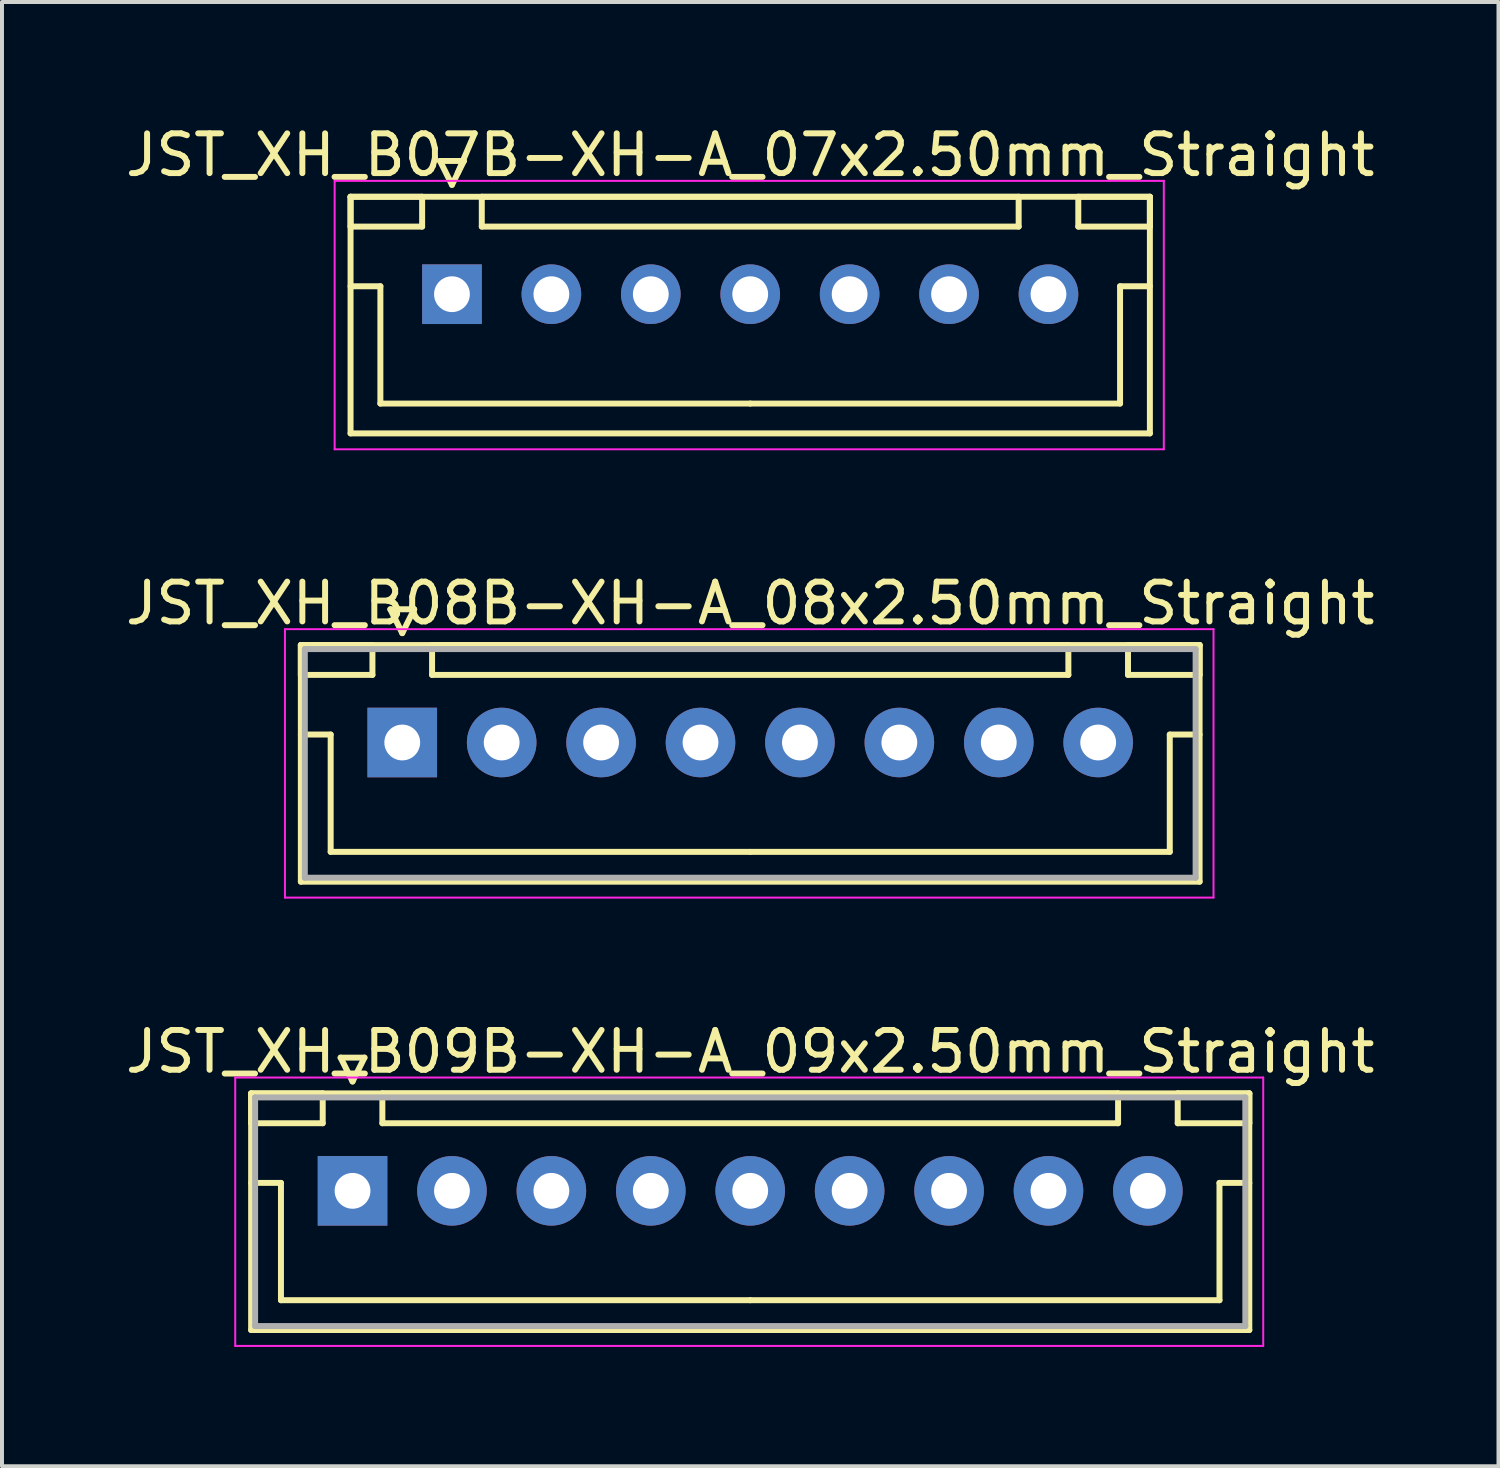
<source format=kicad_pcb>
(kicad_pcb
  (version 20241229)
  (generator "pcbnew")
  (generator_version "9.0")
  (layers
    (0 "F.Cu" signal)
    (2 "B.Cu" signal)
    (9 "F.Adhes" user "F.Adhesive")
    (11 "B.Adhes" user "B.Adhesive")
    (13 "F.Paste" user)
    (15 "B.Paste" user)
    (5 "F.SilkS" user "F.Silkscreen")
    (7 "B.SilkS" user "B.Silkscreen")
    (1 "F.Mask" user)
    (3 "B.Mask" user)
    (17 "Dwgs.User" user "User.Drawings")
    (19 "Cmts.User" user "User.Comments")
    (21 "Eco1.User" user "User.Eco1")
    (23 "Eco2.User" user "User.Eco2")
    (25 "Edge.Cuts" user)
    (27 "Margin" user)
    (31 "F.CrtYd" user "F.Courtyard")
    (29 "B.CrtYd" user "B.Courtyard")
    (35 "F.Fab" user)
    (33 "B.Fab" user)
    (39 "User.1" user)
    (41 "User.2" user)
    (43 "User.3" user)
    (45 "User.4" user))
  (footprint "JST_XH_B08B-XH-A_08x2.50mm_Straight"
    (layer "F.Cu")
    (at 7.065 15.621)
    (property "Reference" "JST_XH_B08B-XH-A_08x2.50mm_Straight" (at 8.75 -3.5 0) (layer "F.SilkS") (effects (font (size 1 1) (thickness 0.15))))
    (attr through_hole)
    (fp_line (start -2.55 -2.45) (end -2.55 -1.7) (stroke (width 0.15) (type solid)) (layer "F.SilkS"))
    (fp_line (start -2.55 -2.45) (end -2.55 3.5) (stroke (width 0.15) (type solid)) (layer "F.SilkS"))
    (fp_line (start -2.55 -1.7) (end -0.75 -1.7) (stroke (width 0.15) (type solid)) (layer "F.SilkS"))
    (fp_line (start -2.55 -0.2) (end -1.8 -0.2) (stroke (width 0.15) (type solid)) (layer "F.SilkS"))
    (fp_line (start -2.55 3.5) (end 20.05 3.5) (stroke (width 0.15) (type solid)) (layer "F.SilkS"))
    (fp_line (start -1.8 -0.2) (end -1.8 2.75) (stroke (width 0.15) (type solid)) (layer "F.SilkS"))
    (fp_line (start -1.8 2.75) (end 8.75 2.75) (stroke (width 0.15) (type solid)) (layer "F.SilkS"))
    (fp_line (start -0.75 -2.45) (end -2.55 -2.45) (stroke (width 0.15) (type solid)) (layer "F.SilkS"))
    (fp_line (start -0.75 -1.7) (end -0.75 -2.45) (stroke (width 0.15) (type solid)) (layer "F.SilkS"))
    (fp_line (start -0.3 -3.35) (end 0.3 -3.35) (stroke (width 0.15) (type solid)) (layer "F.SilkS"))
    (fp_line (start 0 -2.75) (end -0.3 -3.35) (stroke (width 0.15) (type solid)) (layer "F.SilkS"))
    (fp_line (start 0.3 -3.35) (end 0 -2.75) (stroke (width 0.15) (type solid)) (layer "F.SilkS"))
    (fp_line (start 0.75 -2.45) (end 0.75 -1.7) (stroke (width 0.15) (type solid)) (layer "F.SilkS"))
    (fp_line (start 0.75 -1.7) (end 16.75 -1.7) (stroke (width 0.15) (type solid)) (layer "F.SilkS"))
    (fp_line (start 16.75 -2.45) (end 0.75 -2.45) (stroke (width 0.15) (type solid)) (layer "F.SilkS"))
    (fp_line (start 16.75 -1.7) (end 16.75 -2.45) (stroke (width 0.15) (type solid)) (layer "F.SilkS"))
    (fp_line (start 18.25 -2.45) (end 18.25 -1.7) (stroke (width 0.15) (type solid)) (layer "F.SilkS"))
    (fp_line (start 18.25 -1.7) (end 20.05 -1.7) (stroke (width 0.15) (type solid)) (layer "F.SilkS"))
    (fp_line (start 19.3 -0.2) (end 19.3 2.75) (stroke (width 0.15) (type solid)) (layer "F.SilkS"))
    (fp_line (start 19.3 2.75) (end 8.75 2.75) (stroke (width 0.15) (type solid)) (layer "F.SilkS"))
    (fp_line (start 20.05 -2.45) (end -2.55 -2.45) (stroke (width 0.15) (type solid)) (layer "F.SilkS"))
    (fp_line (start 20.05 -2.45) (end 18.25 -2.45) (stroke (width 0.15) (type solid)) (layer "F.SilkS"))
    (fp_line (start 20.05 -1.7) (end 20.05 -2.45) (stroke (width 0.15) (type solid)) (layer "F.SilkS"))
    (fp_line (start 20.05 -0.2) (end 19.3 -0.2) (stroke (width 0.15) (type solid)) (layer "F.SilkS"))
    (fp_line (start 20.05 3.5) (end 20.05 -2.45) (stroke (width 0.15) (type solid)) (layer "F.SilkS"))
    (fp_line (start -2.95 -2.85) (end -2.95 3.9) (stroke (width 0.05) (type solid)) (layer "F.CrtYd"))
    (fp_line (start -2.95 3.9) (end 20.4 3.9) (stroke (width 0.05) (type solid)) (layer "F.CrtYd"))
    (fp_line (start 20.4 -2.85) (end -2.95 -2.85) (stroke (width 0.05) (type solid)) (layer "F.CrtYd"))
    (fp_line (start 20.4 3.9) (end 20.4 -2.85) (stroke (width 0.05) (type solid)) (layer "F.CrtYd"))
    (fp_line (start -2.45 -2.35) (end -2.45 3.4) (stroke (width 0.15) (type solid)) (layer "F.Fab"))
    (fp_line (start -2.45 3.4) (end 19.95 3.4) (stroke (width 0.15) (type solid)) (layer "F.Fab"))
    (fp_line (start 19.95 -2.35) (end -2.45 -2.35) (stroke (width 0.15) (type solid)) (layer "F.Fab"))
    (fp_line (start 19.95 3.4) (end 19.95 -2.35) (stroke (width 0.15) (type solid)) (layer "F.Fab"))
    (pad "1" thru_hole rect (at 0 0) (size 1.75 1.75) (drill 0.9) (layers "*.Cu" "*.Mask"))
    (pad "2" thru_hole circle (at 2.5 0) (size 1.75 1.75) (drill 0.9) (layers "*.Cu" "*.Mask"))
    (pad "3" thru_hole circle (at 5 0) (size 1.75 1.75) (drill 0.9) (layers "*.Cu" "*.Mask"))
    (pad "4" thru_hole circle (at 7.5 0) (size 1.75 1.75) (drill 0.9) (layers "*.Cu" "*.Mask"))
    (pad "5" thru_hole circle (at 10 0) (size 1.75 1.75) (drill 0.9) (layers "*.Cu" "*.Mask"))
    (pad "6" thru_hole circle (at 12.5 0) (size 1.75 1.75) (drill 0.9) (layers "*.Cu" "*.Mask"))
    (pad "7" thru_hole circle (at 15 0) (size 1.75 1.75) (drill 0.9) (layers "*.Cu" "*.Mask"))
    (pad "8" thru_hole circle (at 17.5 0) (size 1.75 1.75) (drill 0.9) (layers "*.Cu" "*.Mask")))
  (footprint "JST_XH_B07B-XH-A_07x2.50mm_Straight"
    (layer "F.Cu")
    (at 8.315 4.348)
    (property "Reference" "JST_XH_B07B-XH-A_07x2.50mm_Straight" (at 7.5 -3.5 0) (layer "F.SilkS") (effects (font (size 1 1) (thickness 0.15))))
    (attr through_hole)
    (fp_line (start -2.55 -2.45) (end -2.55 -1.7) (stroke (width 0.15) (type solid)) (layer "F.SilkS"))
    (fp_line (start -2.55 -2.45) (end -2.55 3.5) (stroke (width 0.15) (type solid)) (layer "F.SilkS"))
    (fp_line (start -2.55 -1.7) (end -0.75 -1.7) (stroke (width 0.15) (type solid)) (layer "F.SilkS"))
    (fp_line (start -2.55 -0.2) (end -1.8 -0.2) (stroke (width 0.15) (type solid)) (layer "F.SilkS"))
    (fp_line (start -2.55 3.5) (end 17.55 3.5) (stroke (width 0.15) (type solid)) (layer "F.SilkS"))
    (fp_line (start -1.8 -0.2) (end -1.8 2.75) (stroke (width 0.15) (type solid)) (layer "F.SilkS"))
    (fp_line (start -1.8 2.75) (end 7.5 2.75) (stroke (width 0.15) (type solid)) (layer "F.SilkS"))
    (fp_line (start -0.75 -2.45) (end -2.55 -2.45) (stroke (width 0.15) (type solid)) (layer "F.SilkS"))
    (fp_line (start -0.75 -1.7) (end -0.75 -2.45) (stroke (width 0.15) (type solid)) (layer "F.SilkS"))
    (fp_line (start -0.3 -3.35) (end 0.3 -3.35) (stroke (width 0.15) (type solid)) (layer "F.SilkS"))
    (fp_line (start 0 -2.75) (end -0.3 -3.35) (stroke (width 0.15) (type solid)) (layer "F.SilkS"))
    (fp_line (start 0.3 -3.35) (end 0 -2.75) (stroke (width 0.15) (type solid)) (layer "F.SilkS"))
    (fp_line (start 0.75 -2.45) (end 0.75 -1.7) (stroke (width 0.15) (type solid)) (layer "F.SilkS"))
    (fp_line (start 0.75 -1.7) (end 14.25 -1.7) (stroke (width 0.15) (type solid)) (layer "F.SilkS"))
    (fp_line (start 14.25 -2.45) (end 0.75 -2.45) (stroke (width 0.15) (type solid)) (layer "F.SilkS"))
    (fp_line (start 14.25 -1.7) (end 14.25 -2.45) (stroke (width 0.15) (type solid)) (layer "F.SilkS"))
    (fp_line (start 15.75 -2.45) (end 15.75 -1.7) (stroke (width 0.15) (type solid)) (layer "F.SilkS"))
    (fp_line (start 15.75 -1.7) (end 17.55 -1.7) (stroke (width 0.15) (type solid)) (layer "F.SilkS"))
    (fp_line (start 16.8 -0.2) (end 16.8 2.75) (stroke (width 0.15) (type solid)) (layer "F.SilkS"))
    (fp_line (start 16.8 2.75) (end 7.5 2.75) (stroke (width 0.15) (type solid)) (layer "F.SilkS"))
    (fp_line (start 17.55 -2.45) (end -2.55 -2.45) (stroke (width 0.15) (type solid)) (layer "F.SilkS"))
    (fp_line (start 17.55 -2.45) (end 15.75 -2.45) (stroke (width 0.15) (type solid)) (layer "F.SilkS"))
    (fp_line (start 17.55 -1.7) (end 17.55 -2.45) (stroke (width 0.15) (type solid)) (layer "F.SilkS"))
    (fp_line (start 17.55 -0.2) (end 16.8 -0.2) (stroke (width 0.15) (type solid)) (layer "F.SilkS"))
    (fp_line (start 17.55 3.5) (end 17.55 -2.45) (stroke (width 0.15) (type solid)) (layer "F.SilkS"))
    (fp_line (start -2.95 -2.85) (end -2.95 3.9) (stroke (width 0.05) (type solid)) (layer "F.CrtYd"))
    (fp_line (start -2.95 3.9) (end 17.9 3.9) (stroke (width 0.05) (type solid)) (layer "F.CrtYd"))
    (fp_line (start 17.9 -2.85) (end -2.95 -2.85) (stroke (width 0.05) (type solid)) (layer "F.CrtYd"))
    (fp_line (start 17.9 3.9) (end 17.9 -2.85) (stroke (width 0.05) (type solid)) (layer "F.CrtYd"))
    (pad "1" thru_hole rect (at 0 0) (size 1.5 1.5) (drill 0.9) (layers "*.Cu" "*.Mask"))
    (pad "2" thru_hole circle (at 2.5 0) (size 1.5 1.5) (drill 0.9) (layers "*.Cu" "*.Mask"))
    (pad "3" thru_hole circle (at 5 0) (size 1.5 1.5) (drill 0.9) (layers "*.Cu" "*.Mask"))
    (pad "4" thru_hole circle (at 7.5 0) (size 1.5 1.5) (drill 0.9) (layers "*.Cu" "*.Mask"))
    (pad "5" thru_hole circle (at 10 0) (size 1.5 1.5) (drill 0.9) (layers "*.Cu" "*.Mask"))
    (pad "6" thru_hole circle (at 12.5 0) (size 1.5 1.5) (drill 0.9) (layers "*.Cu" "*.Mask"))
    (pad "7" thru_hole circle (at 15 0) (size 1.5 1.5) (drill 0.9) (layers "*.Cu" "*.Mask")))
  (footprint "JST_XH_B09B-XH-A_09x2.50mm_Straight"
    (layer "F.Cu")
    (at 5.815 26.895)
    (property "Reference" "JST_XH_B09B-XH-A_09x2.50mm_Straight" (at 10 -3.5 0) (layer "F.SilkS") (effects (font (size 1 1) (thickness 0.15))))
    (attr through_hole)
    (fp_line (start -2.55 -2.45) (end -2.55 -1.7) (stroke (width 0.15) (type solid)) (layer "F.SilkS"))
    (fp_line (start -2.55 -2.45) (end -2.55 3.5) (stroke (width 0.15) (type solid)) (layer "F.SilkS"))
    (fp_line (start -2.55 -1.7) (end -0.75 -1.7) (stroke (width 0.15) (type solid)) (layer "F.SilkS"))
    (fp_line (start -2.55 -0.2) (end -1.8 -0.2) (stroke (width 0.15) (type solid)) (layer "F.SilkS"))
    (fp_line (start -2.55 3.5) (end 22.55 3.5) (stroke (width 0.15) (type solid)) (layer "F.SilkS"))
    (fp_line (start -1.8 -0.2) (end -1.8 2.75) (stroke (width 0.15) (type solid)) (layer "F.SilkS"))
    (fp_line (start -1.8 2.75) (end 10 2.75) (stroke (width 0.15) (type solid)) (layer "F.SilkS"))
    (fp_line (start -0.75 -2.45) (end -2.55 -2.45) (stroke (width 0.15) (type solid)) (layer "F.SilkS"))
    (fp_line (start -0.75 -1.7) (end -0.75 -2.45) (stroke (width 0.15) (type solid)) (layer "F.SilkS"))
    (fp_line (start -0.3 -3.35) (end 0.3 -3.35) (stroke (width 0.15) (type solid)) (layer "F.SilkS"))
    (fp_line (start 0 -2.75) (end -0.3 -3.35) (stroke (width 0.15) (type solid)) (layer "F.SilkS"))
    (fp_line (start 0.3 -3.35) (end 0 -2.75) (stroke (width 0.15) (type solid)) (layer "F.SilkS"))
    (fp_line (start 0.75 -2.45) (end 0.75 -1.7) (stroke (width 0.15) (type solid)) (layer "F.SilkS"))
    (fp_line (start 0.75 -1.7) (end 19.25 -1.7) (stroke (width 0.15) (type solid)) (layer "F.SilkS"))
    (fp_line (start 19.25 -2.45) (end 0.75 -2.45) (stroke (width 0.15) (type solid)) (layer "F.SilkS"))
    (fp_line (start 19.25 -1.7) (end 19.25 -2.45) (stroke (width 0.15) (type solid)) (layer "F.SilkS"))
    (fp_line (start 20.75 -2.45) (end 20.75 -1.7) (stroke (width 0.15) (type solid)) (layer "F.SilkS"))
    (fp_line (start 20.75 -1.7) (end 22.55 -1.7) (stroke (width 0.15) (type solid)) (layer "F.SilkS"))
    (fp_line (start 21.8 -0.2) (end 21.8 2.75) (stroke (width 0.15) (type solid)) (layer "F.SilkS"))
    (fp_line (start 21.8 2.75) (end 10 2.75) (stroke (width 0.15) (type solid)) (layer "F.SilkS"))
    (fp_line (start 22.55 -2.45) (end -2.55 -2.45) (stroke (width 0.15) (type solid)) (layer "F.SilkS"))
    (fp_line (start 22.55 -2.45) (end 20.75 -2.45) (stroke (width 0.15) (type solid)) (layer "F.SilkS"))
    (fp_line (start 22.55 -1.7) (end 22.55 -2.45) (stroke (width 0.15) (type solid)) (layer "F.SilkS"))
    (fp_line (start 22.55 -0.2) (end 21.8 -0.2) (stroke (width 0.15) (type solid)) (layer "F.SilkS"))
    (fp_line (start 22.55 3.5) (end 22.55 -2.45) (stroke (width 0.15) (type solid)) (layer "F.SilkS"))
    (fp_line (start -2.95 -2.85) (end -2.95 3.9) (stroke (width 0.05) (type solid)) (layer "F.CrtYd"))
    (fp_line (start -2.95 3.9) (end 22.9 3.9) (stroke (width 0.05) (type solid)) (layer "F.CrtYd"))
    (fp_line (start 22.9 -2.85) (end -2.95 -2.85) (stroke (width 0.05) (type solid)) (layer "F.CrtYd"))
    (fp_line (start 22.9 3.9) (end 22.9 -2.85) (stroke (width 0.05) (type solid)) (layer "F.CrtYd"))
    (fp_line (start -2.45 -2.35) (end -2.45 3.4) (stroke (width 0.15) (type solid)) (layer "F.Fab"))
    (fp_line (start -2.45 3.4) (end 22.45 3.4) (stroke (width 0.15) (type solid)) (layer "F.Fab"))
    (fp_line (start 22.45 -2.35) (end -2.45 -2.35) (stroke (width 0.15) (type solid)) (layer "F.Fab"))
    (fp_line (start 22.45 3.4) (end 22.45 -2.35) (stroke (width 0.15) (type solid)) (layer "F.Fab"))
    (pad "1" thru_hole rect (at 0 0) (size 1.75 1.75) (drill 0.9) (layers "*.Cu" "*.Mask"))
    (pad "2" thru_hole circle (at 2.5 0) (size 1.75 1.75) (drill 0.9) (layers "*.Cu" "*.Mask"))
    (pad "3" thru_hole circle (at 5 0) (size 1.75 1.75) (drill 0.9) (layers "*.Cu" "*.Mask"))
    (pad "4" thru_hole circle (at 7.5 0) (size 1.75 1.75) (drill 0.9) (layers "*.Cu" "*.Mask"))
    (pad "5" thru_hole circle (at 10 0) (size 1.75 1.75) (drill 0.9) (layers "*.Cu" "*.Mask"))
    (pad "6" thru_hole circle (at 12.5 0) (size 1.75 1.75) (drill 0.9) (layers "*.Cu" "*.Mask"))
    (pad "7" thru_hole circle (at 15 0) (size 1.75 1.75) (drill 0.9) (layers "*.Cu" "*.Mask"))
    (pad "8" thru_hole circle (at 17.5 0) (size 1.75 1.75) (drill 0.9) (layers "*.Cu" "*.Mask"))
    (pad "9" thru_hole circle (at 20 0) (size 1.75 1.75) (drill 0.9) (layers "*.Cu" "*.Mask")))
  (gr_rect
    (start -3 -3)
    (end 34.631 33.82)
    (stroke (width 0.1) (type default))
    (fill no)
    (layer "Edge.Cuts")))
</source>
